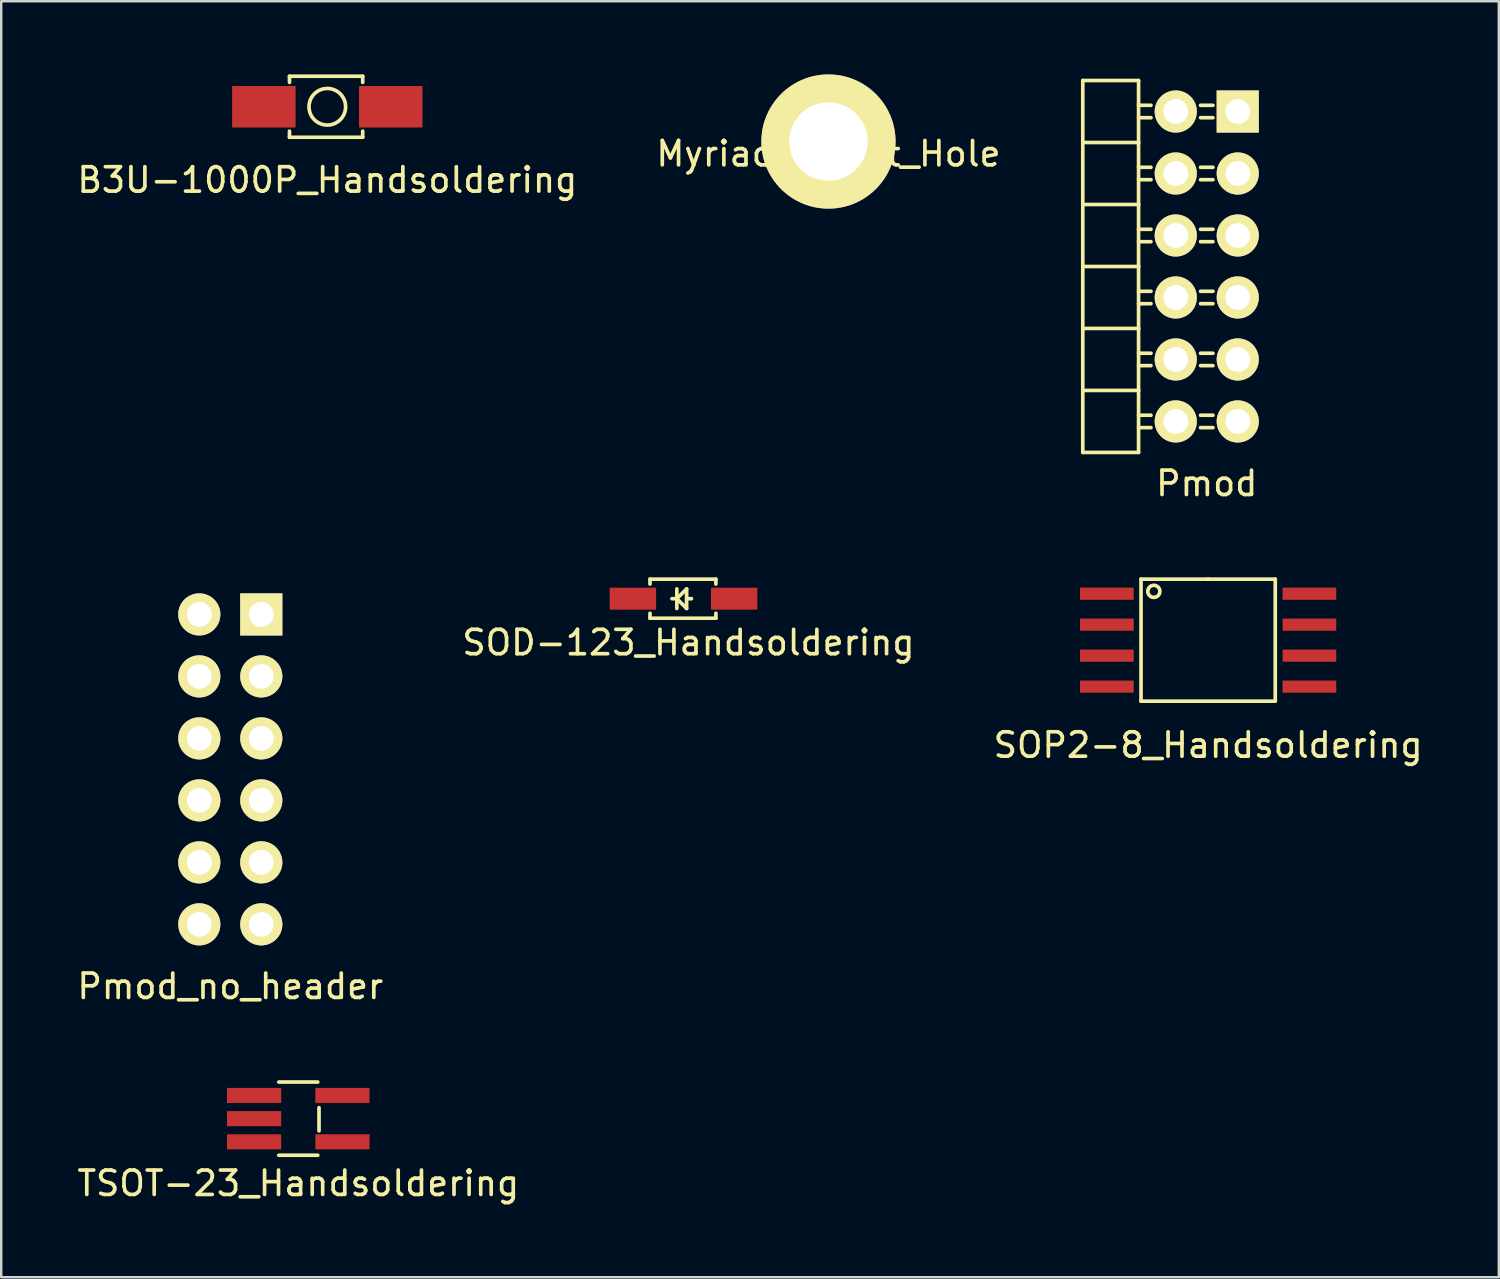
<source format=kicad_pcb>
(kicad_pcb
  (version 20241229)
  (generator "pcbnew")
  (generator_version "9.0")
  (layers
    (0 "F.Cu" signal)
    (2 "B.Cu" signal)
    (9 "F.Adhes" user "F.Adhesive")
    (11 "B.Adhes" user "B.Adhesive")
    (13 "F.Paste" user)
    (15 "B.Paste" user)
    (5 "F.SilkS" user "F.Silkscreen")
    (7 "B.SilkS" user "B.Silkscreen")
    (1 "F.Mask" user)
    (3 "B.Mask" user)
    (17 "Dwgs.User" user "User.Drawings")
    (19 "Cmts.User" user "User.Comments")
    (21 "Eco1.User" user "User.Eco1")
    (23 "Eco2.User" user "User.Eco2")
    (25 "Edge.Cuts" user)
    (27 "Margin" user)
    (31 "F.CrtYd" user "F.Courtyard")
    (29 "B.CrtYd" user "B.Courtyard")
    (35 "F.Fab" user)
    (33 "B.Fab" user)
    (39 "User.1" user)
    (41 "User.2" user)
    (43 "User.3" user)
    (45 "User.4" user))
  (footprint "TSOT-23_Handsoldering"
    (layer "F.Cu")
    (at 9.173 42.791)
    (property "Reference" "TSOT-23_Handsoldering" (at 0 2.65 0) (layer "F.SilkS") (effects (font (size 1 1) (thickness 0.15))))
    (attr through_hole)
    (fp_line (start -0.8 -1.5) (end 0.8 -1.5) (stroke (width 0.15) (type solid)) (layer "F.SilkS"))
    (fp_line (start 0.8 1.5) (end -0.8 1.5) (stroke (width 0.15) (type solid)) (layer "F.SilkS"))
    (fp_line (start 0.85 0.5) (end 0.85 -0.45) (stroke (width 0.15) (type solid)) (layer "F.SilkS"))
    (pad "1" smd rect (at -1.31 -0.95) (size 2.22 0.62) (drill (offset -0.5 0)) (layers "F.Cu" "F.Mask" "F.Paste"))
    (pad "2" smd rect (at -1.31 0) (size 2.22 0.62) (drill (offset -0.5 0)) (layers "F.Cu" "F.Mask" "F.Paste"))
    (pad "3" smd rect (at -1.31 0.95) (size 2.22 0.62) (drill (offset -0.5 0)) (layers "F.Cu" "F.Mask" "F.Paste"))
    (pad "4" smd rect (at 1.31 0.95) (size 2.22 0.62) (drill (offset 0.5 0)) (layers "F.Cu" "F.Mask" "F.Paste"))
    (pad "5" smd rect (at 1.31 -0.95) (size 2.22 0.62) (drill (offset 0.5 0)) (layers "F.Cu" "F.Mask" "F.Paste")))
  (footprint "Pmod_no_header"
    (layer "F.Cu")
    (at 1.307 20.858)
    (property "Reference" "Pmod_no_header" (at 5.08 16.51 0) (layer "F.SilkS") (effects (font (size 1 1) (thickness 0.15))))
    (attr through_hole)
    (pad "1" thru_hole rect (at 6.35 1.27 180) (size 1.727 1.727) (drill 1.016) (layers "*.Cu" "*.Mask" "F.SilkS"))
    (pad "2" thru_hole oval (at 6.35 3.81 180) (size 1.727 1.727) (drill 1.016) (layers "*.Cu" "*.Mask" "F.SilkS"))
    (pad "3" thru_hole oval (at 6.35 6.35 180) (size 1.727 1.727) (drill 1.016) (layers "*.Cu" "*.Mask" "F.SilkS"))
    (pad "4" thru_hole oval (at 6.35 8.89 180) (size 1.727 1.727) (drill 1.016) (layers "*.Cu" "*.Mask" "F.SilkS"))
    (pad "5" thru_hole oval (at 6.35 11.43 180) (size 1.727 1.727) (drill 1.016) (layers "*.Cu" "*.Mask" "F.SilkS"))
    (pad "6" thru_hole circle (at 6.35 13.97 180) (size 1.727 1.727) (drill 1.016) (layers "*.Cu" "*.Mask" "F.SilkS"))
    (pad "7" thru_hole oval (at 3.81 1.27 180) (size 1.727 1.727) (drill 1.016) (layers "*.Cu" "*.Mask" "F.SilkS"))
    (pad "8" thru_hole oval (at 3.81 3.81 180) (size 1.727 1.727) (drill 1.016) (layers "*.Cu" "*.Mask" "F.SilkS"))
    (pad "9" thru_hole oval (at 3.81 6.35 180) (size 1.727 1.727) (drill 1.016) (layers "*.Cu" "*.Mask" "F.SilkS"))
    (pad "10" thru_hole oval (at 3.81 8.89 180) (size 1.727 1.727) (drill 1.016) (layers "*.Cu" "*.Mask" "F.SilkS"))
    (pad "11" thru_hole oval (at 3.81 11.43 180) (size 1.727 1.727) (drill 1.016) (layers "*.Cu" "*.Mask" "F.SilkS"))
    (pad "12" thru_hole oval (at 3.81 13.97 180) (size 1.727 1.727) (drill 1.016) (layers "*.Cu" "*.Mask" "F.SilkS")))
  (footprint "SOD-123_Handsoldering"
    (layer "F.Cu")
    (at 24.961 21.483)
    (property "Reference" "SOD-123_Handsoldering" (at 0.2 1.8 0) (layer "F.SilkS") (effects (font (size 1 1) (thickness 0.15))))
    (attr through_hole)
    (fp_line (start -1.375 -0.8) (end 1.325 -0.8) (stroke (width 0.15) (type solid)) (layer "F.SilkS"))
    (fp_line (start -1.375 -0.6) (end -1.375 -0.8) (stroke (width 0.15) (type solid)) (layer "F.SilkS"))
    (fp_line (start -1.375 0.8) (end -1.375 0.6) (stroke (width 0.15) (type solid)) (layer "F.SilkS"))
    (fp_line (start -0.275 -0.4) (end -0.275 0.4) (stroke (width 0.15) (type solid)) (layer "F.SilkS"))
    (fp_line (start -0.275 0) (end -0.475 0) (stroke (width 0.15) (type solid)) (layer "F.SilkS"))
    (fp_line (start -0.275 0) (end 0.125 -0.4) (stroke (width 0.15) (type solid)) (layer "F.SilkS"))
    (fp_line (start 0.125 -0.4) (end 0.125 0.4) (stroke (width 0.15) (type solid)) (layer "F.SilkS"))
    (fp_line (start 0.125 0) (end 0.325 0) (stroke (width 0.15) (type solid)) (layer "F.SilkS"))
    (fp_line (start 0.125 0.4) (end -0.275 0) (stroke (width 0.15) (type solid)) (layer "F.SilkS"))
    (fp_line (start 1.325 -0.8) (end 1.325 -0.6) (stroke (width 0.15) (type solid)) (layer "F.SilkS"))
    (fp_line (start 1.325 0.6) (end 1.325 0.8) (stroke (width 0.15) (type solid)) (layer "F.SilkS"))
    (fp_line (start 1.325 0.8) (end -1.375 0.8) (stroke (width 0.15) (type solid)) (layer "F.SilkS"))
    (pad "1" smd rect (at -1.575 0) (size 1.9 0.9) (drill (offset -0.5 0)) (layers "F.Cu" "F.Mask" "F.Paste"))
    (pad "2" smd rect (at 1.575 0) (size 1.9 0.9) (drill (offset 0.5 0)) (layers "F.Cu" "F.Mask" "F.Paste")))
  (footprint "B3U-1000P_Handsoldering"
    (layer "F.Cu")
    (at 10.363 1.325)
    (property "Reference" "B3U-1000P_Handsoldering" (at 0 3 0) (layer "F.SilkS") (effects (font (size 1 1) (thickness 0.15))))
    (attr through_hole)
    (fp_line (start -1.55 -1.25) (end -1.55 -1) (stroke (width 0.15) (type solid)) (layer "F.SilkS"))
    (fp_line (start -1.55 -1.25) (end 1.45 -1.25) (stroke (width 0.15) (type solid)) (layer "F.SilkS"))
    (fp_line (start -1.55 1.25) (end -1.55 1) (stroke (width 0.15) (type solid)) (layer "F.SilkS"))
    (fp_line (start -1.55 1.25) (end 1.45 1.25) (stroke (width 0.15) (type solid)) (layer "F.SilkS"))
    (fp_line (start 1.45 -1.25) (end 1.45 -1) (stroke (width 0.15) (type solid)) (layer "F.SilkS"))
    (fp_line (start 1.45 1.25) (end 1.45 1) (stroke (width 0.15) (type solid)) (layer "F.SilkS"))
    (fp_circle (center 0 0) (end 0.75 0) (stroke (width 0.15) (type solid)) (fill no) (layer "F.SilkS"))
    (pad "1" smd rect (at 2.1 0) (size 2.6 1.7) (drill (offset 0.5 0)) (layers "F.Cu" "F.Mask" "F.Paste"))
    (pad "2" smd rect (at -2.1 0) (size 2.6 1.7) (drill (offset -0.5 0)) (layers "F.Cu" "F.Mask" "F.Paste")))
  (footprint "Pmod"
    (layer "F.Cu")
    (at 41.321 0.25)
    (property "Reference" "Pmod" (at 5.08 16.51 0) (layer "F.SilkS") (effects (font (size 1 1) (thickness 0.15))))
    (attr through_hole)
    (fp_line (start 0 0) (end 2.286 0) (stroke (width 0.15) (type solid)) (layer "F.SilkS"))
    (fp_line (start 0 2.54) (end 2.286 2.54) (stroke (width 0.15) (type solid)) (layer "F.SilkS"))
    (fp_line (start 0 7.62) (end 2.286 7.62) (stroke (width 0.15) (type solid)) (layer "F.SilkS"))
    (fp_line (start 0 12.7) (end 2.286 12.7) (stroke (width 0.15) (type solid)) (layer "F.SilkS"))
    (fp_line (start 0 15.24) (end 0 0) (stroke (width 0.15) (type solid)) (layer "F.SilkS"))
    (fp_line (start 2.286 1.016) (end 2.794 1.016) (stroke (width 0.15) (type solid)) (layer "F.SilkS"))
    (fp_line (start 2.286 1.524) (end 2.794 1.524) (stroke (width 0.15) (type solid)) (layer "F.SilkS"))
    (fp_line (start 2.286 2.54) (end 2.286 0) (stroke (width 0.15) (type solid)) (layer "F.SilkS"))
    (fp_line (start 2.286 3.556) (end 2.794 3.556) (stroke (width 0.15) (type solid)) (layer "F.SilkS"))
    (fp_line (start 2.286 4.064) (end 2.794 4.064) (stroke (width 0.15) (type solid)) (layer "F.SilkS"))
    (fp_line (start 2.286 5.08) (end 0 5.08) (stroke (width 0.15) (type solid)) (layer "F.SilkS"))
    (fp_line (start 2.286 5.08) (end 2.286 2.54) (stroke (width 0.15) (type solid)) (layer "F.SilkS"))
    (fp_line (start 2.286 6.096) (end 2.794 6.096) (stroke (width 0.15) (type solid)) (layer "F.SilkS"))
    (fp_line (start 2.286 6.604) (end 2.794 6.604) (stroke (width 0.15) (type solid)) (layer "F.SilkS"))
    (fp_line (start 2.286 7.62) (end 2.286 5.08) (stroke (width 0.15) (type solid)) (layer "F.SilkS"))
    (fp_line (start 2.286 8.636) (end 2.794 8.636) (stroke (width 0.15) (type solid)) (layer "F.SilkS"))
    (fp_line (start 2.286 9.144) (end 2.794 9.144) (stroke (width 0.15) (type solid)) (layer "F.SilkS"))
    (fp_line (start 2.286 10.16) (end 0 10.16) (stroke (width 0.15) (type solid)) (layer "F.SilkS"))
    (fp_line (start 2.286 10.16) (end 2.286 7.62) (stroke (width 0.15) (type solid)) (layer "F.SilkS"))
    (fp_line (start 2.286 11.176) (end 2.794 11.176) (stroke (width 0.15) (type solid)) (layer "F.SilkS"))
    (fp_line (start 2.286 11.684) (end 2.794 11.684) (stroke (width 0.15) (type solid)) (layer "F.SilkS"))
    (fp_line (start 2.286 12.7) (end 2.286 10.16) (stroke (width 0.15) (type solid)) (layer "F.SilkS"))
    (fp_line (start 2.286 13.716) (end 2.794 13.716) (stroke (width 0.15) (type solid)) (layer "F.SilkS"))
    (fp_line (start 2.286 14.224) (end 2.794 14.224) (stroke (width 0.15) (type solid)) (layer "F.SilkS"))
    (fp_line (start 2.286 15.24) (end 0 15.24) (stroke (width 0.15) (type solid)) (layer "F.SilkS"))
    (fp_line (start 2.286 15.24) (end 2.286 12.7) (stroke (width 0.15) (type solid)) (layer "F.SilkS"))
    (fp_line (start 4.826 1.016) (end 5.334 1.016) (stroke (width 0.15) (type solid)) (layer "F.SilkS"))
    (fp_line (start 4.826 1.524) (end 5.334 1.524) (stroke (width 0.15) (type solid)) (layer "F.SilkS"))
    (fp_line (start 4.826 3.556) (end 5.334 3.556) (stroke (width 0.15) (type solid)) (layer "F.SilkS"))
    (fp_line (start 4.826 4.064) (end 5.334 4.064) (stroke (width 0.15) (type solid)) (layer "F.SilkS"))
    (fp_line (start 4.826 6.096) (end 5.334 6.096) (stroke (width 0.15) (type solid)) (layer "F.SilkS"))
    (fp_line (start 4.826 6.604) (end 5.334 6.604) (stroke (width 0.15) (type solid)) (layer "F.SilkS"))
    (fp_line (start 4.826 8.636) (end 5.334 8.636) (stroke (width 0.15) (type solid)) (layer "F.SilkS"))
    (fp_line (start 4.826 9.144) (end 5.334 9.144) (stroke (width 0.15) (type solid)) (layer "F.SilkS"))
    (fp_line (start 4.826 11.176) (end 5.334 11.176) (stroke (width 0.15) (type solid)) (layer "F.SilkS"))
    (fp_line (start 4.826 11.684) (end 5.334 11.684) (stroke (width 0.15) (type solid)) (layer "F.SilkS"))
    (fp_line (start 4.826 13.716) (end 5.334 13.716) (stroke (width 0.15) (type solid)) (layer "F.SilkS"))
    (fp_line (start 4.826 14.224) (end 5.334 14.224) (stroke (width 0.15) (type solid)) (layer "F.SilkS"))
    (pad "1" thru_hole rect (at 6.35 1.27 180) (size 1.727 1.727) (drill 1.016) (layers "*.Cu" "*.Mask" "F.SilkS"))
    (pad "2" thru_hole oval (at 6.35 3.81 180) (size 1.727 1.727) (drill 1.016) (layers "*.Cu" "*.Mask" "F.SilkS"))
    (pad "3" thru_hole oval (at 6.35 6.35 180) (size 1.727 1.727) (drill 1.016) (layers "*.Cu" "*.Mask" "F.SilkS"))
    (pad "4" thru_hole oval (at 6.35 8.89 180) (size 1.727 1.727) (drill 1.016) (layers "*.Cu" "*.Mask" "F.SilkS"))
    (pad "5" thru_hole oval (at 6.35 11.43 180) (size 1.727 1.727) (drill 1.016) (layers "*.Cu" "*.Mask" "F.SilkS"))
    (pad "6" thru_hole circle (at 6.35 13.97 180) (size 1.727 1.727) (drill 1.016) (layers "*.Cu" "*.Mask" "F.SilkS"))
    (pad "7" thru_hole oval (at 3.81 1.27 180) (size 1.727 1.727) (drill 1.016) (layers "*.Cu" "*.Mask" "F.SilkS"))
    (pad "8" thru_hole oval (at 3.81 3.81 180) (size 1.727 1.727) (drill 1.016) (layers "*.Cu" "*.Mask" "F.SilkS"))
    (pad "9" thru_hole oval (at 3.81 6.35 180) (size 1.727 1.727) (drill 1.016) (layers "*.Cu" "*.Mask" "F.SilkS"))
    (pad "10" thru_hole oval (at 3.81 8.89 180) (size 1.727 1.727) (drill 1.016) (layers "*.Cu" "*.Mask" "F.SilkS"))
    (pad "11" thru_hole oval (at 3.81 11.43 180) (size 1.727 1.727) (drill 1.016) (layers "*.Cu" "*.Mask" "F.SilkS"))
    (pad "12" thru_hole oval (at 3.81 13.97 180) (size 1.727 1.727) (drill 1.016) (layers "*.Cu" "*.Mask" "F.SilkS")))
  (footprint "SOP2-8_Handsoldering"
    (layer "F.Cu")
    (at 46.458 23.183)
    (property "Reference" "SOP2-8_Handsoldering" (at 0 4.3 180) (layer "F.SilkS") (effects (font (size 1 1) (thickness 0.15))))
    (attr through_hole)
    (fp_line (start -2.75 -2.5) (end -2.75 2.5) (stroke (width 0.15) (type solid)) (layer "F.SilkS"))
    (fp_line (start -2.75 2.5) (end 2.75 2.5) (stroke (width 0.15) (type solid)) (layer "F.SilkS"))
    (fp_line (start 0 -2.5) (end -2.75 -2.5) (stroke (width 0.15) (type solid)) (layer "F.SilkS"))
    (fp_line (start 2.75 -2.5) (end 0 -2.5) (stroke (width 0.15) (type solid)) (layer "F.SilkS"))
    (fp_line (start 2.75 2.5) (end 2.75 -2.5) (stroke (width 0.15) (type solid)) (layer "F.SilkS"))
    (fp_circle (center -2.225 -2) (end -2.05 -1.825) (stroke (width 0.15) (type solid)) (fill no) (layer "F.SilkS"))
    (pad "1" smd rect (at -3.45 -1.905) (size 2.2 0.5) (drill (offset -0.7 0)) (layers "F.Cu" "F.Mask" "F.Paste"))
    (pad "2" smd rect (at -3.45 -0.635) (size 2.2 0.5) (drill (offset -0.7 0)) (layers "F.Cu" "F.Mask" "F.Paste"))
    (pad "3" smd rect (at -3.45 0.635) (size 2.2 0.5) (drill (offset -0.7 0)) (layers "F.Cu" "F.Mask" "F.Paste"))
    (pad "4" smd rect (at -3.45 1.905) (size 2.2 0.5) (drill (offset -0.7 0)) (layers "F.Cu" "F.Mask" "F.Paste"))
    (pad "5" smd rect (at 3.45 1.905) (size 2.2 0.5) (drill (offset 0.7 0)) (layers "F.Cu" "F.Mask" "F.Paste"))
    (pad "6" smd rect (at 3.45 0.635) (size 2.2 0.5) (drill (offset 0.7 0)) (layers "F.Cu" "F.Mask" "F.Paste"))
    (pad "7" smd rect (at 3.45 -0.635) (size 2.2 0.5) (drill (offset 0.7 0)) (layers "F.Cu" "F.Mask" "F.Paste"))
    (pad "8" smd rect (at 3.45 -1.905) (size 2.2 0.5) (drill (offset 0.7 0)) (layers "F.Cu" "F.Mask" "F.Paste")))
  (footprint "Myriad_Mount_Hole"
    (layer "F.Cu")
    (at 30.899 2.75)
    (property "Reference" "Myriad_Mount_Hole" (at 0 0.5 0) (layer "F.SilkS") (effects (font (size 1 1) (thickness 0.15))))
    (attr through_hole)
    (pad "GND" thru_hole circle (at 0 0) (size 5.499 5.499) (drill 3.213) (layers "*.Cu" "*.Mask" "F.SilkS")))
  (gr_rect
    (start -3 -3)
    (end 58.369 49.29)
    (stroke (width 0.1) (type default))
    (fill no)
    (layer "Edge.Cuts")))
</source>
